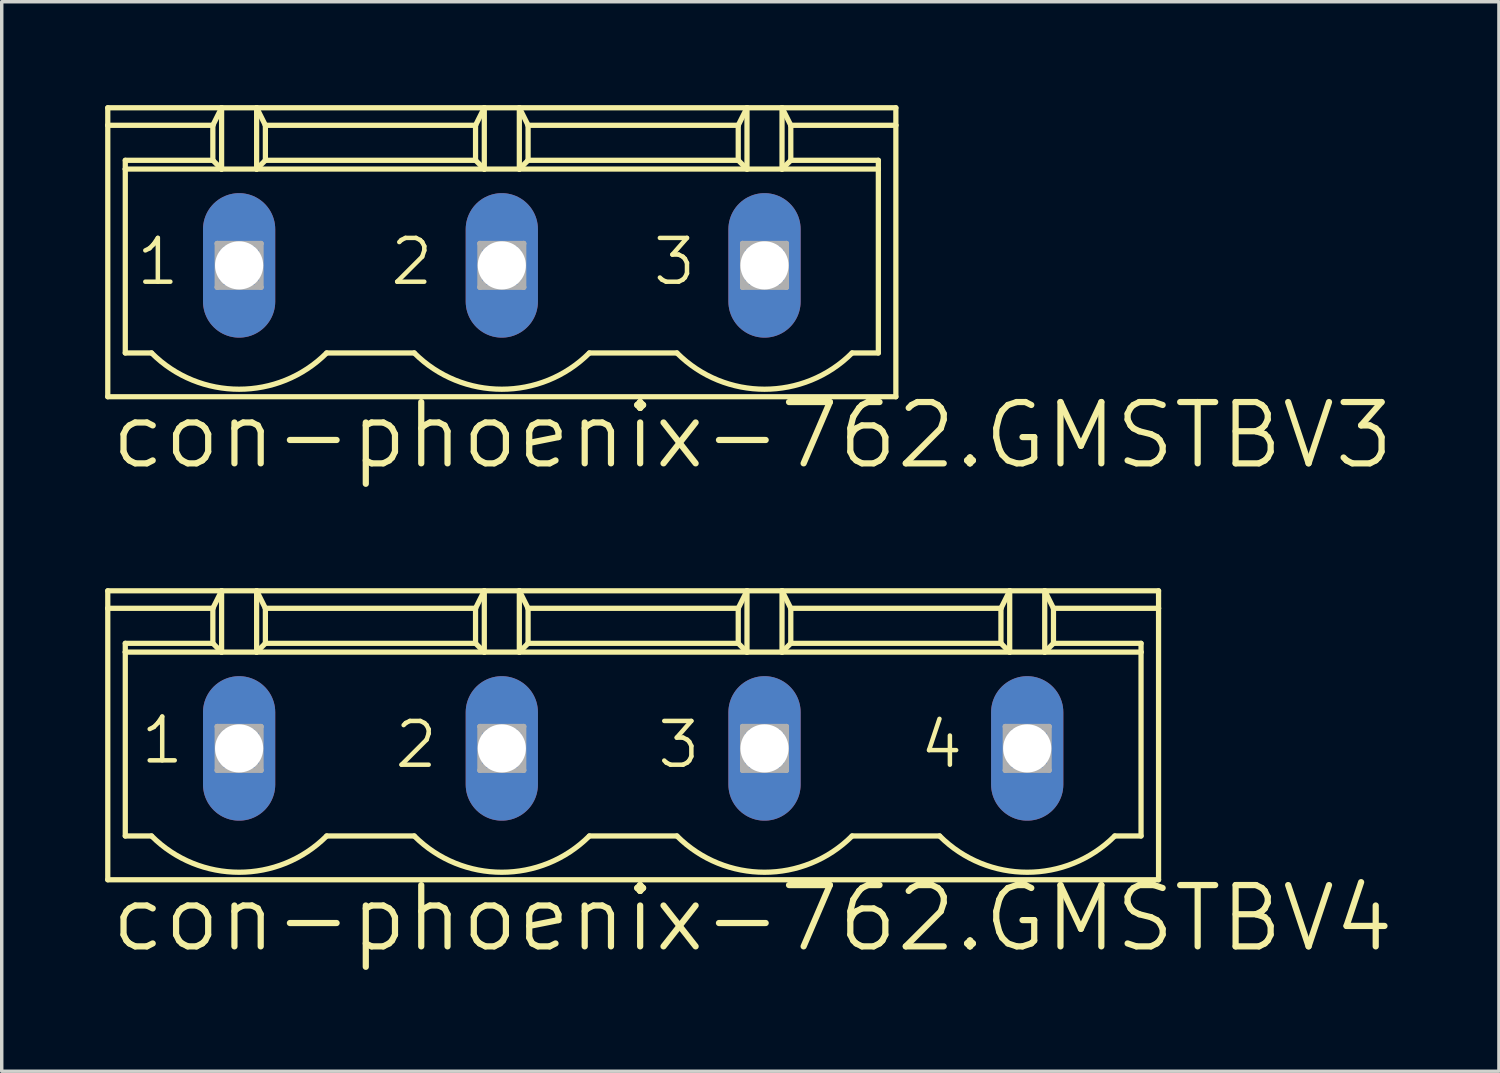
<source format=kicad_pcb>
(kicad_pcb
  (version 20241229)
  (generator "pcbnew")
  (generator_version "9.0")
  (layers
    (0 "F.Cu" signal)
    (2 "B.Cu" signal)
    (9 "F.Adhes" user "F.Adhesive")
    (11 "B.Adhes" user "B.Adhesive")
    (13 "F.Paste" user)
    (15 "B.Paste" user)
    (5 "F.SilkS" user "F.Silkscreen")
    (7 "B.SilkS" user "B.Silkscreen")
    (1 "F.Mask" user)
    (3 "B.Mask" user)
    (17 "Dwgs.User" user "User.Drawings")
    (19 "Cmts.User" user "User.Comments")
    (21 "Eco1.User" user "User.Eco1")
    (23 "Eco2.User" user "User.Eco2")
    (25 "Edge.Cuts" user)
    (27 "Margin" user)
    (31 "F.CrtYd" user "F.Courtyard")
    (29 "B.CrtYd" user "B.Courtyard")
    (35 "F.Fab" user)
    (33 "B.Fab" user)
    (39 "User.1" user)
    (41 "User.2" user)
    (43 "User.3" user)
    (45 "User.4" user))
  (footprint "con-phoenix-762.GMSTBV4"
    (layer "F.Cu")
    (at 15.316 18.659)
    (property "Reference" "con-phoenix-762.GMSTBV4" (at -15.24 5.969 0) (layer "F.SilkS") (effects (font (size 1.778 1.778) (thickness 0.18)) (justify left bottom)))
    (attr through_hole)
    (fp_line (start -15.24 -4.572) (end -11.938 -4.572) (stroke (width 0.152) (type default)) (layer "F.SilkS"))
    (fp_line (start -15.24 -4.064) (end -15.24 -4.572) (stroke (width 0.152) (type default)) (layer "F.SilkS"))
    (fp_line (start -15.24 -4.064) (end -12.192 -4.064) (stroke (width 0.152) (type default)) (layer "F.SilkS"))
    (fp_line (start -15.24 3.81) (end -15.24 -4.064) (stroke (width 0.152) (type default)) (layer "F.SilkS"))
    (fp_line (start -14.732 -3.048) (end -12.192 -3.048) (stroke (width 0.152) (type default)) (layer "F.SilkS"))
    (fp_line (start -14.732 -2.794) (end -14.732 -3.048) (stroke (width 0.152) (type default)) (layer "F.SilkS"))
    (fp_line (start -14.732 -2.794) (end -11.938 -2.794) (stroke (width 0.152) (type default)) (layer "F.SilkS"))
    (fp_line (start -14.732 2.54) (end -14.732 -2.794) (stroke (width 0.152) (type default)) (layer "F.SilkS"))
    (fp_line (start -13.97 2.54) (end -14.732 2.54) (stroke (width 0.152) (type default)) (layer "F.SilkS"))
    (fp_line (start -12.192 -4.064) (end -11.938 -4.572) (stroke (width 0.152) (type default)) (layer "F.SilkS"))
    (fp_line (start -12.192 -3.048) (end -12.192 -4.064) (stroke (width 0.152) (type default)) (layer "F.SilkS"))
    (fp_line (start -12.192 -3.048) (end -11.938 -2.794) (stroke (width 0.152) (type default)) (layer "F.SilkS"))
    (fp_line (start -11.938 -4.572) (end -10.922 -4.572) (stroke (width 0.152) (type default)) (layer "F.SilkS"))
    (fp_line (start -11.938 -2.794) (end -11.938 -4.572) (stroke (width 0.152) (type default)) (layer "F.SilkS"))
    (fp_line (start -11.938 -2.794) (end -10.922 -2.794) (stroke (width 0.152) (type default)) (layer "F.SilkS"))
    (fp_line (start -10.922 -4.572) (end -10.668 -4.064) (stroke (width 0.152) (type default)) (layer "F.SilkS"))
    (fp_line (start -10.922 -4.572) (end -4.318 -4.572) (stroke (width 0.152) (type default)) (layer "F.SilkS"))
    (fp_line (start -10.922 -2.794) (end -10.922 -4.572) (stroke (width 0.152) (type default)) (layer "F.SilkS"))
    (fp_line (start -10.922 -2.794) (end -4.318 -2.794) (stroke (width 0.152) (type default)) (layer "F.SilkS"))
    (fp_line (start -10.668 -4.064) (end -10.668 -3.048) (stroke (width 0.152) (type default)) (layer "F.SilkS"))
    (fp_line (start -10.668 -4.064) (end -4.572 -4.064) (stroke (width 0.152) (type default)) (layer "F.SilkS"))
    (fp_line (start -10.668 -3.048) (end -10.922 -2.794) (stroke (width 0.152) (type default)) (layer "F.SilkS"))
    (fp_line (start -6.35 2.54) (end -8.89 2.54) (stroke (width 0.152) (type default)) (layer "F.SilkS"))
    (fp_line (start -4.572 -4.064) (end -4.572 -3.048) (stroke (width 0.152) (type default)) (layer "F.SilkS"))
    (fp_line (start -4.572 -4.064) (end -4.318 -4.572) (stroke (width 0.152) (type default)) (layer "F.SilkS"))
    (fp_line (start -4.572 -3.048) (end -10.668 -3.048) (stroke (width 0.152) (type default)) (layer "F.SilkS"))
    (fp_line (start -4.572 -3.048) (end -4.318 -2.794) (stroke (width 0.152) (type default)) (layer "F.SilkS"))
    (fp_line (start -4.318 -4.572) (end -3.302 -4.572) (stroke (width 0.152) (type default)) (layer "F.SilkS"))
    (fp_line (start -4.318 -2.794) (end -4.318 -4.572) (stroke (width 0.152) (type default)) (layer "F.SilkS"))
    (fp_line (start -4.318 -2.794) (end -3.302 -2.794) (stroke (width 0.152) (type default)) (layer "F.SilkS"))
    (fp_line (start -3.302 -4.572) (end -3.048 -4.064) (stroke (width 0.152) (type default)) (layer "F.SilkS"))
    (fp_line (start -3.302 -4.572) (end 3.302 -4.572) (stroke (width 0.152) (type default)) (layer "F.SilkS"))
    (fp_line (start -3.302 -2.794) (end -3.302 -4.572) (stroke (width 0.152) (type default)) (layer "F.SilkS"))
    (fp_line (start -3.302 -2.794) (end 3.302 -2.794) (stroke (width 0.152) (type default)) (layer "F.SilkS"))
    (fp_line (start -3.048 -4.064) (end -3.048 -3.048) (stroke (width 0.152) (type default)) (layer "F.SilkS"))
    (fp_line (start -3.048 -4.064) (end 3.048 -4.064) (stroke (width 0.152) (type default)) (layer "F.SilkS"))
    (fp_line (start -3.048 -3.048) (end -3.302 -2.794) (stroke (width 0.152) (type default)) (layer "F.SilkS"))
    (fp_line (start -3.048 -3.048) (end 3.048 -3.048) (stroke (width 0.152) (type default)) (layer "F.SilkS"))
    (fp_line (start 1.27 2.54) (end -1.27 2.54) (stroke (width 0.152) (type default)) (layer "F.SilkS"))
    (fp_line (start 3.048 -4.064) (end 3.302 -4.572) (stroke (width 0.152) (type default)) (layer "F.SilkS"))
    (fp_line (start 3.048 -3.048) (end 3.048 -4.064) (stroke (width 0.152) (type default)) (layer "F.SilkS"))
    (fp_line (start 3.048 -3.048) (end 3.302 -2.794) (stroke (width 0.152) (type default)) (layer "F.SilkS"))
    (fp_line (start 3.302 -4.572) (end 4.318 -4.572) (stroke (width 0.152) (type default)) (layer "F.SilkS"))
    (fp_line (start 3.302 -2.794) (end 3.302 -4.572) (stroke (width 0.152) (type default)) (layer "F.SilkS"))
    (fp_line (start 3.302 -2.794) (end 4.318 -2.794) (stroke (width 0.152) (type default)) (layer "F.SilkS"))
    (fp_line (start 4.318 -4.572) (end 4.572 -4.064) (stroke (width 0.152) (type default)) (layer "F.SilkS"))
    (fp_line (start 4.318 -4.572) (end 10.922 -4.572) (stroke (width 0.152) (type default)) (layer "F.SilkS"))
    (fp_line (start 4.318 -2.794) (end 4.318 -4.572) (stroke (width 0.152) (type default)) (layer "F.SilkS"))
    (fp_line (start 4.318 -2.794) (end 10.922 -2.794) (stroke (width 0.152) (type default)) (layer "F.SilkS"))
    (fp_line (start 4.572 -4.064) (end 4.572 -3.048) (stroke (width 0.152) (type default)) (layer "F.SilkS"))
    (fp_line (start 4.572 -4.064) (end 10.668 -4.064) (stroke (width 0.152) (type default)) (layer "F.SilkS"))
    (fp_line (start 4.572 -3.048) (end 4.318 -2.794) (stroke (width 0.152) (type default)) (layer "F.SilkS"))
    (fp_line (start 8.89 2.54) (end 6.35 2.54) (stroke (width 0.152) (type default)) (layer "F.SilkS"))
    (fp_line (start 10.668 -4.064) (end 10.668 -3.048) (stroke (width 0.152) (type default)) (layer "F.SilkS"))
    (fp_line (start 10.668 -4.064) (end 10.922 -4.572) (stroke (width 0.152) (type default)) (layer "F.SilkS"))
    (fp_line (start 10.668 -3.048) (end 4.572 -3.048) (stroke (width 0.152) (type default)) (layer "F.SilkS"))
    (fp_line (start 10.668 -3.048) (end 10.922 -2.794) (stroke (width 0.152) (type default)) (layer "F.SilkS"))
    (fp_line (start 10.922 -4.572) (end 11.938 -4.572) (stroke (width 0.152) (type default)) (layer "F.SilkS"))
    (fp_line (start 10.922 -2.794) (end 10.922 -4.572) (stroke (width 0.152) (type default)) (layer "F.SilkS"))
    (fp_line (start 10.922 -2.794) (end 11.938 -2.794) (stroke (width 0.152) (type default)) (layer "F.SilkS"))
    (fp_line (start 11.938 -4.572) (end 12.192 -4.064) (stroke (width 0.152) (type default)) (layer "F.SilkS"))
    (fp_line (start 11.938 -4.572) (end 15.24 -4.572) (stroke (width 0.152) (type default)) (layer "F.SilkS"))
    (fp_line (start 11.938 -2.794) (end 11.938 -4.572) (stroke (width 0.152) (type default)) (layer "F.SilkS"))
    (fp_line (start 11.938 -2.794) (end 14.732 -2.794) (stroke (width 0.152) (type default)) (layer "F.SilkS"))
    (fp_line (start 12.192 -4.064) (end 12.192 -3.048) (stroke (width 0.152) (type default)) (layer "F.SilkS"))
    (fp_line (start 12.192 -4.064) (end 15.24 -4.064) (stroke (width 0.152) (type default)) (layer "F.SilkS"))
    (fp_line (start 12.192 -3.048) (end 11.938 -2.794) (stroke (width 0.152) (type default)) (layer "F.SilkS"))
    (fp_line (start 12.192 -3.048) (end 14.732 -3.048) (stroke (width 0.152) (type default)) (layer "F.SilkS"))
    (fp_line (start 14.732 -3.048) (end 14.732 -2.794) (stroke (width 0.152) (type default)) (layer "F.SilkS"))
    (fp_line (start 14.732 -2.794) (end 14.732 2.54) (stroke (width 0.152) (type default)) (layer "F.SilkS"))
    (fp_line (start 14.732 2.54) (end 13.97 2.54) (stroke (width 0.152) (type default)) (layer "F.SilkS"))
    (fp_line (start 15.24 -4.064) (end 15.24 -4.572) (stroke (width 0.152) (type default)) (layer "F.SilkS"))
    (fp_line (start 15.24 3.81) (end -15.24 3.81) (stroke (width 0.152) (type default)) (layer "F.SilkS"))
    (fp_line (start 15.24 3.81) (end 15.24 -4.064) (stroke (width 0.152) (type default)) (layer "F.SilkS"))
    (fp_arc (start -8.89 2.54) (mid -11.43 3.592102) (end -13.97 2.54) (stroke (width 0.1524) (type default)) (layer "F.SilkS"))
    (fp_arc (start -1.27 2.54) (mid -3.81 3.592102) (end -6.35 2.54) (stroke (width 0.1524) (type default)) (layer "F.SilkS"))
    (fp_arc (start 6.35 2.54) (mid 3.81 3.592102) (end 1.27 2.54) (stroke (width 0.1524) (type default)) (layer "F.SilkS"))
    (fp_arc (start 13.97 2.54) (mid 11.43 3.592102) (end 8.89 2.54) (stroke (width 0.1524) (type default)) (layer "F.SilkS"))
    (fp_line (start -12.065 -0.635) (end -12.065 0.635) (stroke (width 0.152) (type default)) (layer "F.Fab"))
    (fp_line (start -12.065 -0.635) (end -10.795 0.635) (stroke (width 0.152) (type default)) (layer "F.Fab"))
    (fp_line (start -12.065 0.635) (end -10.795 -0.635) (stroke (width 0.152) (type default)) (layer "F.Fab"))
    (fp_line (start -12.065 0.635) (end -10.795 0.635) (stroke (width 0.152) (type default)) (layer "F.Fab"))
    (fp_line (start -10.795 -0.635) (end -12.065 -0.635) (stroke (width 0.152) (type default)) (layer "F.Fab"))
    (fp_line (start -10.795 0.635) (end -10.795 -0.635) (stroke (width 0.152) (type default)) (layer "F.Fab"))
    (fp_line (start -4.445 -0.635) (end -4.445 0.635) (stroke (width 0.152) (type default)) (layer "F.Fab"))
    (fp_line (start -4.445 -0.635) (end -3.175 0.635) (stroke (width 0.152) (type default)) (layer "F.Fab"))
    (fp_line (start -4.445 0.635) (end -3.175 -0.635) (stroke (width 0.152) (type default)) (layer "F.Fab"))
    (fp_line (start -4.445 0.635) (end -3.175 0.635) (stroke (width 0.152) (type default)) (layer "F.Fab"))
    (fp_line (start -3.175 -0.635) (end -4.445 -0.635) (stroke (width 0.152) (type default)) (layer "F.Fab"))
    (fp_line (start -3.175 0.635) (end -3.175 -0.635) (stroke (width 0.152) (type default)) (layer "F.Fab"))
    (fp_line (start 3.175 -0.635) (end 3.175 0.635) (stroke (width 0.152) (type default)) (layer "F.Fab"))
    (fp_line (start 3.175 -0.635) (end 4.445 0.635) (stroke (width 0.152) (type default)) (layer "F.Fab"))
    (fp_line (start 3.175 0.635) (end 4.445 -0.635) (stroke (width 0.152) (type default)) (layer "F.Fab"))
    (fp_line (start 3.175 0.635) (end 4.445 0.635) (stroke (width 0.152) (type default)) (layer "F.Fab"))
    (fp_line (start 4.445 -0.635) (end 3.175 -0.635) (stroke (width 0.152) (type default)) (layer "F.Fab"))
    (fp_line (start 4.445 0.635) (end 4.445 -0.635) (stroke (width 0.152) (type default)) (layer "F.Fab"))
    (fp_line (start 10.795 -0.635) (end 10.795 0.635) (stroke (width 0.152) (type default)) (layer "F.Fab"))
    (fp_line (start 10.795 -0.635) (end 12.065 0.635) (stroke (width 0.152) (type default)) (layer "F.Fab"))
    (fp_line (start 10.795 0.635) (end 12.065 -0.635) (stroke (width 0.152) (type default)) (layer "F.Fab"))
    (fp_line (start 10.795 0.635) (end 12.065 0.635) (stroke (width 0.152) (type default)) (layer "F.Fab"))
    (fp_line (start 12.065 -0.635) (end 10.795 -0.635) (stroke (width 0.152) (type default)) (layer "F.Fab"))
    (fp_line (start 12.065 0.635) (end 12.065 -0.635) (stroke (width 0.152) (type default)) (layer "F.Fab"))
    (fp_text user "1" (at -14.351 0.508 0) (layer "F.SilkS") (effects (font (size 1.27 1.27) (thickness 0.13)) (justify left bottom)))
    (fp_text user "4" (at 8.255 0.635 0) (layer "F.SilkS") (effects (font (size 1.27 1.27) (thickness 0.13)) (justify left bottom)))
    (fp_text user "3" (at 0.635 0.635 0) (layer "F.SilkS") (effects (font (size 1.27 1.27) (thickness 0.13)) (justify left bottom)))
    (fp_text user "2" (at -6.985 0.635 0) (layer "F.SilkS") (effects (font (size 1.27 1.27) (thickness 0.13)) (justify left bottom)))
    (pad "1" thru_hole oval (at -11.43 0 90) (size 4.191 2.095) (drill 1.397) (layers "*.Cu" "*.Mask"))
    (pad "2" thru_hole oval (at -3.81 0 90) (size 4.191 2.095) (drill 1.397) (layers "*.Cu" "*.Mask"))
    (pad "3" thru_hole oval (at 3.81 0 90) (size 4.191 2.095) (drill 1.397) (layers "*.Cu" "*.Mask"))
    (pad "4" thru_hole oval (at 11.43 0 90) (size 4.191 2.095) (drill 1.397) (layers "*.Cu" "*.Mask")))
  (footprint "con-phoenix-762.GMSTBV3"
    (layer "F.Cu")
    (at 11.506 4.648)
    (property "Reference" "con-phoenix-762.GMSTBV3" (at -11.43 5.969 0) (layer "F.SilkS") (effects (font (size 1.778 1.778) (thickness 0.18)) (justify left bottom)))
    (attr through_hole)
    (fp_line (start -11.43 -4.572) (end -8.128 -4.572) (stroke (width 0.152) (type default)) (layer "F.SilkS"))
    (fp_line (start -11.43 -4.064) (end -11.43 -4.572) (stroke (width 0.152) (type default)) (layer "F.SilkS"))
    (fp_line (start -11.43 -4.064) (end -8.382 -4.064) (stroke (width 0.152) (type default)) (layer "F.SilkS"))
    (fp_line (start -11.43 3.81) (end -11.43 -4.064) (stroke (width 0.152) (type default)) (layer "F.SilkS"))
    (fp_line (start -10.922 -3.048) (end -8.382 -3.048) (stroke (width 0.152) (type default)) (layer "F.SilkS"))
    (fp_line (start -10.922 -2.794) (end -10.922 -3.048) (stroke (width 0.152) (type default)) (layer "F.SilkS"))
    (fp_line (start -10.922 -2.794) (end -8.128 -2.794) (stroke (width 0.152) (type default)) (layer "F.SilkS"))
    (fp_line (start -10.922 2.54) (end -10.922 -2.794) (stroke (width 0.152) (type default)) (layer "F.SilkS"))
    (fp_line (start -10.16 2.54) (end -10.922 2.54) (stroke (width 0.152) (type default)) (layer "F.SilkS"))
    (fp_line (start -8.382 -4.064) (end -8.128 -4.572) (stroke (width 0.152) (type default)) (layer "F.SilkS"))
    (fp_line (start -8.382 -3.048) (end -8.382 -4.064) (stroke (width 0.152) (type default)) (layer "F.SilkS"))
    (fp_line (start -8.382 -3.048) (end -8.128 -2.794) (stroke (width 0.152) (type default)) (layer "F.SilkS"))
    (fp_line (start -8.128 -4.572) (end -7.112 -4.572) (stroke (width 0.152) (type default)) (layer "F.SilkS"))
    (fp_line (start -8.128 -2.794) (end -8.128 -4.572) (stroke (width 0.152) (type default)) (layer "F.SilkS"))
    (fp_line (start -8.128 -2.794) (end -7.112 -2.794) (stroke (width 0.152) (type default)) (layer "F.SilkS"))
    (fp_line (start -7.112 -4.572) (end -7.112 -2.794) (stroke (width 0.152) (type default)) (layer "F.SilkS"))
    (fp_line (start -7.112 -4.572) (end -0.508 -4.572) (stroke (width 0.152) (type default)) (layer "F.SilkS"))
    (fp_line (start -7.112 -2.794) (end -0.508 -2.794) (stroke (width 0.152) (type default)) (layer "F.SilkS"))
    (fp_line (start -6.858 -4.064) (end -7.112 -4.572) (stroke (width 0.152) (type default)) (layer "F.SilkS"))
    (fp_line (start -6.858 -4.064) (end -0.762 -4.064) (stroke (width 0.152) (type default)) (layer "F.SilkS"))
    (fp_line (start -6.858 -3.048) (end -7.112 -2.794) (stroke (width 0.152) (type default)) (layer "F.SilkS"))
    (fp_line (start -6.858 -3.048) (end -6.858 -4.064) (stroke (width 0.152) (type default)) (layer "F.SilkS"))
    (fp_line (start -2.54 2.54) (end -5.08 2.54) (stroke (width 0.152) (type default)) (layer "F.SilkS"))
    (fp_line (start -0.762 -4.064) (end -0.762 -3.048) (stroke (width 0.152) (type default)) (layer "F.SilkS"))
    (fp_line (start -0.762 -4.064) (end -0.508 -4.572) (stroke (width 0.152) (type default)) (layer "F.SilkS"))
    (fp_line (start -0.762 -3.048) (end -6.858 -3.048) (stroke (width 0.152) (type default)) (layer "F.SilkS"))
    (fp_line (start -0.762 -3.048) (end -0.508 -2.794) (stroke (width 0.152) (type default)) (layer "F.SilkS"))
    (fp_line (start -0.508 -4.572) (end 0.508 -4.572) (stroke (width 0.152) (type default)) (layer "F.SilkS"))
    (fp_line (start -0.508 -2.794) (end -0.508 -4.572) (stroke (width 0.152) (type default)) (layer "F.SilkS"))
    (fp_line (start -0.508 -2.794) (end 0.508 -2.794) (stroke (width 0.152) (type default)) (layer "F.SilkS"))
    (fp_line (start 0.508 -4.572) (end 0.762 -4.064) (stroke (width 0.152) (type default)) (layer "F.SilkS"))
    (fp_line (start 0.508 -4.572) (end 7.112 -4.572) (stroke (width 0.152) (type default)) (layer "F.SilkS"))
    (fp_line (start 0.508 -2.794) (end 0.508 -4.572) (stroke (width 0.152) (type default)) (layer "F.SilkS"))
    (fp_line (start 0.508 -2.794) (end 7.112 -2.794) (stroke (width 0.152) (type default)) (layer "F.SilkS"))
    (fp_line (start 0.762 -4.064) (end 0.762 -3.048) (stroke (width 0.152) (type default)) (layer "F.SilkS"))
    (fp_line (start 0.762 -4.064) (end 6.858 -4.064) (stroke (width 0.152) (type default)) (layer "F.SilkS"))
    (fp_line (start 0.762 -3.048) (end 0.508 -2.794) (stroke (width 0.152) (type default)) (layer "F.SilkS"))
    (fp_line (start 5.08 2.54) (end 2.54 2.54) (stroke (width 0.152) (type default)) (layer "F.SilkS"))
    (fp_line (start 6.858 -4.064) (end 6.858 -3.048) (stroke (width 0.152) (type default)) (layer "F.SilkS"))
    (fp_line (start 6.858 -4.064) (end 7.112 -4.572) (stroke (width 0.152) (type default)) (layer "F.SilkS"))
    (fp_line (start 6.858 -3.048) (end 0.762 -3.048) (stroke (width 0.152) (type default)) (layer "F.SilkS"))
    (fp_line (start 6.858 -3.048) (end 7.112 -2.794) (stroke (width 0.152) (type default)) (layer "F.SilkS"))
    (fp_line (start 7.112 -4.572) (end 8.128 -4.572) (stroke (width 0.152) (type default)) (layer "F.SilkS"))
    (fp_line (start 7.112 -2.794) (end 7.112 -4.572) (stroke (width 0.152) (type default)) (layer "F.SilkS"))
    (fp_line (start 7.112 -2.794) (end 8.128 -2.794) (stroke (width 0.152) (type default)) (layer "F.SilkS"))
    (fp_line (start 8.128 -4.572) (end 8.382 -4.064) (stroke (width 0.152) (type default)) (layer "F.SilkS"))
    (fp_line (start 8.128 -4.572) (end 11.43 -4.572) (stroke (width 0.152) (type default)) (layer "F.SilkS"))
    (fp_line (start 8.128 -2.794) (end 8.128 -4.572) (stroke (width 0.152) (type default)) (layer "F.SilkS"))
    (fp_line (start 8.128 -2.794) (end 10.922 -2.794) (stroke (width 0.152) (type default)) (layer "F.SilkS"))
    (fp_line (start 8.382 -4.064) (end 8.382 -3.048) (stroke (width 0.152) (type default)) (layer "F.SilkS"))
    (fp_line (start 8.382 -4.064) (end 11.43 -4.064) (stroke (width 0.152) (type default)) (layer "F.SilkS"))
    (fp_line (start 8.382 -3.048) (end 8.128 -2.794) (stroke (width 0.152) (type default)) (layer "F.SilkS"))
    (fp_line (start 8.382 -3.048) (end 10.922 -3.048) (stroke (width 0.152) (type default)) (layer "F.SilkS"))
    (fp_line (start 10.922 -3.048) (end 10.922 -2.794) (stroke (width 0.152) (type default)) (layer "F.SilkS"))
    (fp_line (start 10.922 -2.794) (end 10.922 2.54) (stroke (width 0.152) (type default)) (layer "F.SilkS"))
    (fp_line (start 10.922 2.54) (end 10.16 2.54) (stroke (width 0.152) (type default)) (layer "F.SilkS"))
    (fp_line (start 11.43 -4.064) (end 11.43 -4.572) (stroke (width 0.152) (type default)) (layer "F.SilkS"))
    (fp_line (start 11.43 3.81) (end -11.43 3.81) (stroke (width 0.152) (type default)) (layer "F.SilkS"))
    (fp_line (start 11.43 3.81) (end 11.43 -4.064) (stroke (width 0.152) (type default)) (layer "F.SilkS"))
    (fp_arc (start -5.08 2.54) (mid -7.62 3.592102) (end -10.16 2.54) (stroke (width 0.1524) (type default)) (layer "F.SilkS"))
    (fp_arc (start 2.54 2.54) (mid 0 3.592102) (end -2.54 2.54) (stroke (width 0.1524) (type default)) (layer "F.SilkS"))
    (fp_arc (start 10.16 2.54) (mid 7.62 3.592102) (end 5.08 2.54) (stroke (width 0.1524) (type default)) (layer "F.SilkS"))
    (fp_line (start -8.255 -0.635) (end -8.255 0.635) (stroke (width 0.152) (type default)) (layer "F.Fab"))
    (fp_line (start -8.255 -0.635) (end -6.985 0.635) (stroke (width 0.152) (type default)) (layer "F.Fab"))
    (fp_line (start -8.255 0.635) (end -6.985 -0.635) (stroke (width 0.152) (type default)) (layer "F.Fab"))
    (fp_line (start -8.255 0.635) (end -6.985 0.635) (stroke (width 0.152) (type default)) (layer "F.Fab"))
    (fp_line (start -6.985 -0.635) (end -8.255 -0.635) (stroke (width 0.152) (type default)) (layer "F.Fab"))
    (fp_line (start -6.985 0.635) (end -6.985 -0.635) (stroke (width 0.152) (type default)) (layer "F.Fab"))
    (fp_line (start -0.635 -0.635) (end -0.635 0.635) (stroke (width 0.152) (type default)) (layer "F.Fab"))
    (fp_line (start -0.635 -0.635) (end 0.635 0.635) (stroke (width 0.152) (type default)) (layer "F.Fab"))
    (fp_line (start -0.635 0.635) (end 0.635 -0.635) (stroke (width 0.152) (type default)) (layer "F.Fab"))
    (fp_line (start -0.635 0.635) (end 0.635 0.635) (stroke (width 0.152) (type default)) (layer "F.Fab"))
    (fp_line (start 0.635 -0.635) (end -0.635 -0.635) (stroke (width 0.152) (type default)) (layer "F.Fab"))
    (fp_line (start 0.635 0.635) (end 0.635 -0.635) (stroke (width 0.152) (type default)) (layer "F.Fab"))
    (fp_line (start 6.985 -0.635) (end 6.985 0.635) (stroke (width 0.152) (type default)) (layer "F.Fab"))
    (fp_line (start 6.985 -0.635) (end 8.255 0.635) (stroke (width 0.152) (type default)) (layer "F.Fab"))
    (fp_line (start 6.985 0.635) (end 8.255 -0.635) (stroke (width 0.152) (type default)) (layer "F.Fab"))
    (fp_line (start 6.985 0.635) (end 8.255 0.635) (stroke (width 0.152) (type default)) (layer "F.Fab"))
    (fp_line (start 8.255 -0.635) (end 6.985 -0.635) (stroke (width 0.152) (type default)) (layer "F.Fab"))
    (fp_line (start 8.255 0.635) (end 8.255 -0.635) (stroke (width 0.152) (type default)) (layer "F.Fab"))
    (fp_text user "3" (at 4.318 0.635 0) (layer "F.SilkS") (effects (font (size 1.27 1.27) (thickness 0.13)) (justify left bottom)))
    (fp_text user "1" (at -10.668 0.635 0) (layer "F.SilkS") (effects (font (size 1.27 1.27) (thickness 0.13)) (justify left bottom)))
    (fp_text user "2" (at -3.302 0.635 0) (layer "F.SilkS") (effects (font (size 1.27 1.27) (thickness 0.13)) (justify left bottom)))
    (pad "1" thru_hole oval (at -7.62 0 90) (size 4.191 2.095) (drill 1.397) (layers "*.Cu" "*.Mask"))
    (pad "2" thru_hole oval (at 0 0 90) (size 4.191 2.095) (drill 1.397) (layers "*.Cu" "*.Mask"))
    (pad "3" thru_hole oval (at 7.62 0 90) (size 4.191 2.095) (drill 1.397) (layers "*.Cu" "*.Mask")))
  (gr_rect
    (start -3 -3)
    (end 40.429 28.023)
    (stroke (width 0.1) (type default))
    (fill no)
    (layer "Edge.Cuts")))
</source>
